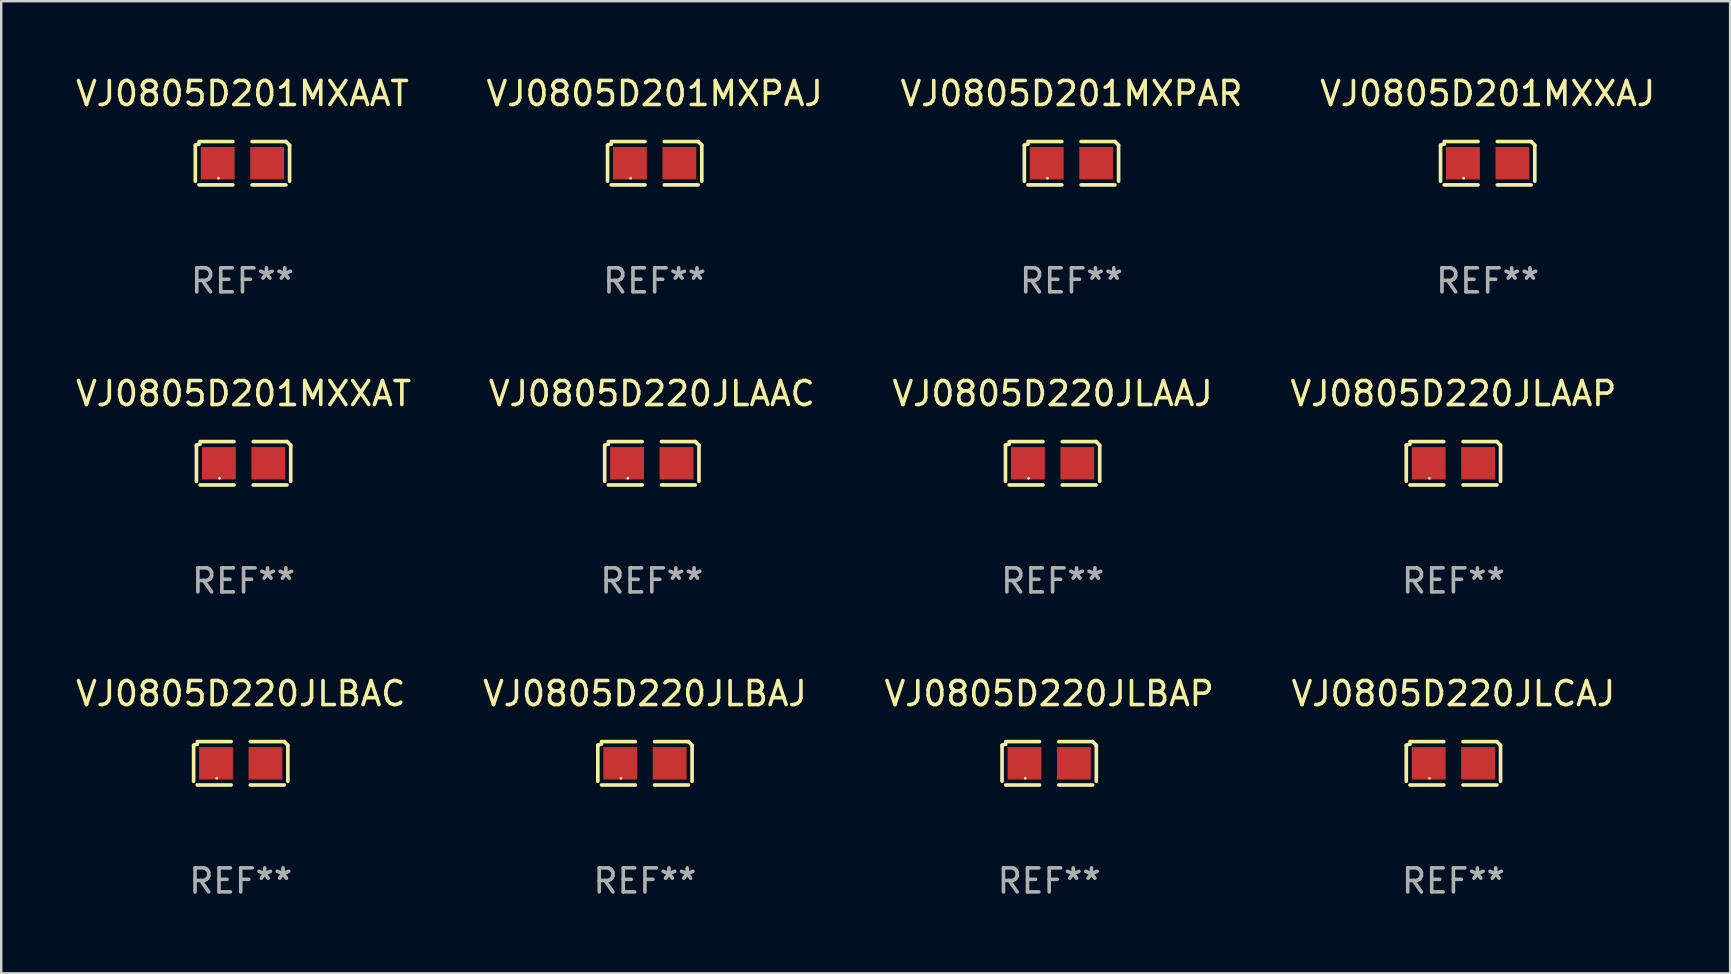
<source format=kicad_pcb>
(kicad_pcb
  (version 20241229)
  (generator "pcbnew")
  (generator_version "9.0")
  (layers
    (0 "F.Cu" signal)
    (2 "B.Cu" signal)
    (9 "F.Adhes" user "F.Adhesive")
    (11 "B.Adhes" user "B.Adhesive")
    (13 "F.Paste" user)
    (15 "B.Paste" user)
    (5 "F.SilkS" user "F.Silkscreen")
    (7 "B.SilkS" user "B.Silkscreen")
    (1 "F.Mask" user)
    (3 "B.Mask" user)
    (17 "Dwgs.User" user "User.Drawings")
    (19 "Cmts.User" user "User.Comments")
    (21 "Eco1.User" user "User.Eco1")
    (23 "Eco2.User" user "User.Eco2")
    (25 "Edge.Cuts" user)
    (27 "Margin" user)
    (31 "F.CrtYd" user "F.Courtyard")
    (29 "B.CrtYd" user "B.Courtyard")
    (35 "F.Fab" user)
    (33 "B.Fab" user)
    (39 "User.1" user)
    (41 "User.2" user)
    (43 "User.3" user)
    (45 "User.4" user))
  (footprint "VJ0805D201MXPAR"
    (layer "F.Cu")
    (at 41.601 3.752)
    (property "Reference" "VJ0805D201MXPAR" (at 0 -2.904 0) (layer "F.SilkS") (effects (font (size 1 1) (thickness 0.15))))
    (attr through_hole)
    (fp_line (start -1.964 0.751) (end -1.964 -0.751) (stroke (width 0.152) (type solid)) (layer "F.SilkS"))
    (fp_line (start -1.811 -0.904) (end -0.401 -0.904) (stroke (width 0.152) (type solid)) (layer "F.SilkS"))
    (fp_line (start -0.401 0.904) (end -1.811 0.904) (stroke (width 0.152) (type solid)) (layer "F.SilkS"))
    (fp_line (start 0.401 0.904) (end 1.811 0.904) (stroke (width 0.152) (type solid)) (layer "F.SilkS"))
    (fp_line (start 1.811 -0.904) (end 0.401 -0.904) (stroke (width 0.152) (type solid)) (layer "F.SilkS"))
    (fp_line (start 1.964 0.751) (end 1.964 -0.751) (stroke (width 0.152) (type solid)) (layer "F.SilkS"))
    (fp_arc (start -1.963602 -0.751207) (mid -1.890354 -0.783131) (end -1.811201 -0.794044) (stroke (width 0.1524) (type solid)) (layer "F.SilkS"))
    (fp_arc (start 1.811202 -0.903607) (mid 1.887413 -0.827418) (end 1.963602 -0.751207) (stroke (width 0.1524) (type solid)) (layer "F.SilkS"))
    (fp_circle (center -1 0.625) (end -0.97 0.625) (stroke (width 0.06) (type solid)) (fill no) (layer "F.SilkS"))
    (fp_text user "REF**" (at 0 4.904 0) (layer "F.Fab") (effects (font (size 1 1) (thickness 0.15))))
    (pad "1" smd rect (at -1.03 0) (size 1.41 1.35) (layers "F.Cu" "F.Mask" "F.Paste"))
    (pad "2" smd rect (at 1.03 0) (size 1.41 1.35) (layers "F.Cu" "F.Mask" "F.Paste")))
  (footprint "VJ0805D220JLBAJ"
    (layer "F.Cu")
    (at 23.827 28.759)
    (property "Reference" "VJ0805D220JLBAJ" (at 0 -2.904 0) (layer "F.SilkS") (effects (font (size 1 1) (thickness 0.15))))
    (attr through_hole)
    (fp_line (start -1.964 0.751) (end -1.964 -0.751) (stroke (width 0.152) (type solid)) (layer "F.SilkS"))
    (fp_line (start -1.811 -0.904) (end -0.401 -0.904) (stroke (width 0.152) (type solid)) (layer "F.SilkS"))
    (fp_line (start -0.401 0.904) (end -1.811 0.904) (stroke (width 0.152) (type solid)) (layer "F.SilkS"))
    (fp_line (start 0.401 0.904) (end 1.811 0.904) (stroke (width 0.152) (type solid)) (layer "F.SilkS"))
    (fp_line (start 1.811 -0.904) (end 0.401 -0.904) (stroke (width 0.152) (type solid)) (layer "F.SilkS"))
    (fp_line (start 1.964 0.751) (end 1.964 -0.751) (stroke (width 0.152) (type solid)) (layer "F.SilkS"))
    (fp_arc (start -1.963602 -0.751207) (mid -1.890354 -0.783131) (end -1.811201 -0.794044) (stroke (width 0.1524) (type solid)) (layer "F.SilkS"))
    (fp_arc (start 1.811202 -0.903607) (mid 1.887413 -0.827418) (end 1.963602 -0.751207) (stroke (width 0.1524) (type solid)) (layer "F.SilkS"))
    (fp_circle (center -1 0.625) (end -0.97 0.625) (stroke (width 0.06) (type solid)) (fill no) (layer "F.SilkS"))
    (fp_text user "REF**" (at 0 4.904 0) (layer "F.Fab") (effects (font (size 1 1) (thickness 0.15))))
    (pad "1" smd rect (at -1.03 0) (size 1.41 1.35) (layers "F.Cu" "F.Mask" "F.Paste"))
    (pad "2" smd rect (at 1.03 0) (size 1.41 1.35) (layers "F.Cu" "F.Mask" "F.Paste")))
  (footprint "VJ0805D201MXXAJ"
    (layer "F.Cu")
    (at 58.946 3.752)
    (property "Reference" "VJ0805D201MXXAJ" (at 0 -2.904 0) (layer "F.SilkS") (effects (font (size 1 1) (thickness 0.15))))
    (attr through_hole)
    (fp_line (start -1.964 0.751) (end -1.964 -0.751) (stroke (width 0.152) (type solid)) (layer "F.SilkS"))
    (fp_line (start -1.811 -0.904) (end -0.401 -0.904) (stroke (width 0.152) (type solid)) (layer "F.SilkS"))
    (fp_line (start -0.401 0.904) (end -1.811 0.904) (stroke (width 0.152) (type solid)) (layer "F.SilkS"))
    (fp_line (start 0.401 0.904) (end 1.811 0.904) (stroke (width 0.152) (type solid)) (layer "F.SilkS"))
    (fp_line (start 1.811 -0.904) (end 0.401 -0.904) (stroke (width 0.152) (type solid)) (layer "F.SilkS"))
    (fp_line (start 1.964 0.751) (end 1.964 -0.751) (stroke (width 0.152) (type solid)) (layer "F.SilkS"))
    (fp_arc (start -1.963602 -0.751207) (mid -1.890354 -0.783131) (end -1.811201 -0.794044) (stroke (width 0.1524) (type solid)) (layer "F.SilkS"))
    (fp_arc (start 1.811202 -0.903607) (mid 1.887413 -0.827418) (end 1.963602 -0.751207) (stroke (width 0.1524) (type solid)) (layer "F.SilkS"))
    (fp_circle (center -1 0.625) (end -0.97 0.625) (stroke (width 0.06) (type solid)) (fill no) (layer "F.SilkS"))
    (fp_text user "REF**" (at 0 4.904 0) (layer "F.Fab") (effects (font (size 1 1) (thickness 0.15))))
    (pad "1" smd rect (at -1.03 0) (size 1.41 1.35) (layers "F.Cu" "F.Mask" "F.Paste"))
    (pad "2" smd rect (at 1.03 0) (size 1.41 1.35) (layers "F.Cu" "F.Mask" "F.Paste")))
  (footprint "VJ0805D220JLBAP"
    (layer "F.Cu")
    (at 40.673 28.759)
    (property "Reference" "VJ0805D220JLBAP" (at 0 -2.904 0) (layer "F.SilkS") (effects (font (size 1 1) (thickness 0.15))))
    (attr through_hole)
    (fp_line (start -1.964 0.751) (end -1.964 -0.751) (stroke (width 0.152) (type solid)) (layer "F.SilkS"))
    (fp_line (start -1.811 -0.904) (end -0.401 -0.904) (stroke (width 0.152) (type solid)) (layer "F.SilkS"))
    (fp_line (start -0.401 0.904) (end -1.811 0.904) (stroke (width 0.152) (type solid)) (layer "F.SilkS"))
    (fp_line (start 0.401 0.904) (end 1.811 0.904) (stroke (width 0.152) (type solid)) (layer "F.SilkS"))
    (fp_line (start 1.811 -0.904) (end 0.401 -0.904) (stroke (width 0.152) (type solid)) (layer "F.SilkS"))
    (fp_line (start 1.964 0.751) (end 1.964 -0.751) (stroke (width 0.152) (type solid)) (layer "F.SilkS"))
    (fp_arc (start -1.963602 -0.751207) (mid -1.890354 -0.783131) (end -1.811201 -0.794044) (stroke (width 0.1524) (type solid)) (layer "F.SilkS"))
    (fp_arc (start 1.811202 -0.903607) (mid 1.887413 -0.827418) (end 1.963602 -0.751207) (stroke (width 0.1524) (type solid)) (layer "F.SilkS"))
    (fp_circle (center -1 0.625) (end -0.97 0.625) (stroke (width 0.06) (type solid)) (fill no) (layer "F.SilkS"))
    (fp_text user "REF**" (at 0 4.904 0) (layer "F.Fab") (effects (font (size 1 1) (thickness 0.15))))
    (pad "1" smd rect (at -1.03 0) (size 1.41 1.35) (layers "F.Cu" "F.Mask" "F.Paste"))
    (pad "2" smd rect (at 1.03 0) (size 1.41 1.35) (layers "F.Cu" "F.Mask" "F.Paste")))
  (footprint "VJ0805D201MXAAT"
    (layer "F.Cu")
    (at 7.054 3.752)
    (property "Reference" "VJ0805D201MXAAT" (at 0 -2.904 0) (layer "F.SilkS") (effects (font (size 1 1) (thickness 0.15))))
    (attr through_hole)
    (fp_line (start -1.964 0.751) (end -1.964 -0.751) (stroke (width 0.152) (type solid)) (layer "F.SilkS"))
    (fp_line (start -1.811 -0.904) (end -0.401 -0.904) (stroke (width 0.152) (type solid)) (layer "F.SilkS"))
    (fp_line (start -0.401 0.904) (end -1.811 0.904) (stroke (width 0.152) (type solid)) (layer "F.SilkS"))
    (fp_line (start 0.401 0.904) (end 1.811 0.904) (stroke (width 0.152) (type solid)) (layer "F.SilkS"))
    (fp_line (start 1.811 -0.904) (end 0.401 -0.904) (stroke (width 0.152) (type solid)) (layer "F.SilkS"))
    (fp_line (start 1.964 0.751) (end 1.964 -0.751) (stroke (width 0.152) (type solid)) (layer "F.SilkS"))
    (fp_arc (start -1.963602 -0.751207) (mid -1.890354 -0.783131) (end -1.811201 -0.794044) (stroke (width 0.1524) (type solid)) (layer "F.SilkS"))
    (fp_arc (start 1.811202 -0.903607) (mid 1.887413 -0.827418) (end 1.963602 -0.751207) (stroke (width 0.1524) (type solid)) (layer "F.SilkS"))
    (fp_circle (center -1 0.625) (end -0.97 0.625) (stroke (width 0.06) (type solid)) (fill no) (layer "F.SilkS"))
    (fp_text user "REF**" (at 0 4.904 0) (layer "F.Fab") (effects (font (size 1 1) (thickness 0.15))))
    (pad "1" smd rect (at -1.03 0) (size 1.41 1.35) (layers "F.Cu" "F.Mask" "F.Paste"))
    (pad "2" smd rect (at 1.03 0) (size 1.41 1.35) (layers "F.Cu" "F.Mask" "F.Paste")))
  (footprint "VJ0805D201MXXAT"
    (layer "F.Cu")
    (at 7.101 16.256)
    (property "Reference" "VJ0805D201MXXAT" (at 0 -2.904 0) (layer "F.SilkS") (effects (font (size 1 1) (thickness 0.15))))
    (attr through_hole)
    (fp_line (start -1.964 0.751) (end -1.964 -0.751) (stroke (width 0.152) (type solid)) (layer "F.SilkS"))
    (fp_line (start -1.811 -0.904) (end -0.401 -0.904) (stroke (width 0.152) (type solid)) (layer "F.SilkS"))
    (fp_line (start -0.401 0.904) (end -1.811 0.904) (stroke (width 0.152) (type solid)) (layer "F.SilkS"))
    (fp_line (start 0.401 0.904) (end 1.811 0.904) (stroke (width 0.152) (type solid)) (layer "F.SilkS"))
    (fp_line (start 1.811 -0.904) (end 0.401 -0.904) (stroke (width 0.152) (type solid)) (layer "F.SilkS"))
    (fp_line (start 1.964 0.751) (end 1.964 -0.751) (stroke (width 0.152) (type solid)) (layer "F.SilkS"))
    (fp_arc (start -1.963602 -0.751207) (mid -1.890354 -0.783131) (end -1.811201 -0.794044) (stroke (width 0.1524) (type solid)) (layer "F.SilkS"))
    (fp_arc (start 1.811202 -0.903607) (mid 1.887413 -0.827418) (end 1.963602 -0.751207) (stroke (width 0.1524) (type solid)) (layer "F.SilkS"))
    (fp_circle (center -1 0.625) (end -0.97 0.625) (stroke (width 0.06) (type solid)) (fill no) (layer "F.SilkS"))
    (fp_text user "REF**" (at 0 4.904 0) (layer "F.Fab") (effects (font (size 1 1) (thickness 0.15))))
    (pad "1" smd rect (at -1.03 0) (size 1.41 1.35) (layers "F.Cu" "F.Mask" "F.Paste"))
    (pad "2" smd rect (at 1.03 0) (size 1.41 1.35) (layers "F.Cu" "F.Mask" "F.Paste")))
  (footprint "VJ0805D220JLCAJ"
    (layer "F.Cu")
    (at 57.518 28.759)
    (property "Reference" "VJ0805D220JLCAJ" (at 0 -2.904 0) (layer "F.SilkS") (effects (font (size 1 1) (thickness 0.15))))
    (attr through_hole)
    (fp_line (start -1.964 0.751) (end -1.964 -0.751) (stroke (width 0.152) (type solid)) (layer "F.SilkS"))
    (fp_line (start -1.811 -0.904) (end -0.401 -0.904) (stroke (width 0.152) (type solid)) (layer "F.SilkS"))
    (fp_line (start -0.401 0.904) (end -1.811 0.904) (stroke (width 0.152) (type solid)) (layer "F.SilkS"))
    (fp_line (start 0.401 0.904) (end 1.811 0.904) (stroke (width 0.152) (type solid)) (layer "F.SilkS"))
    (fp_line (start 1.811 -0.904) (end 0.401 -0.904) (stroke (width 0.152) (type solid)) (layer "F.SilkS"))
    (fp_line (start 1.964 0.751) (end 1.964 -0.751) (stroke (width 0.152) (type solid)) (layer "F.SilkS"))
    (fp_arc (start -1.963602 -0.751207) (mid -1.890354 -0.783131) (end -1.811201 -0.794044) (stroke (width 0.1524) (type solid)) (layer "F.SilkS"))
    (fp_arc (start 1.811202 -0.903607) (mid 1.887413 -0.827418) (end 1.963602 -0.751207) (stroke (width 0.1524) (type solid)) (layer "F.SilkS"))
    (fp_circle (center -1 0.625) (end -0.97 0.625) (stroke (width 0.06) (type solid)) (fill no) (layer "F.SilkS"))
    (fp_text user "REF**" (at 0 4.904 0) (layer "F.Fab") (effects (font (size 1 1) (thickness 0.15))))
    (pad "1" smd rect (at -1.03 0) (size 1.41 1.35) (layers "F.Cu" "F.Mask" "F.Paste"))
    (pad "2" smd rect (at 1.03 0) (size 1.41 1.35) (layers "F.Cu" "F.Mask" "F.Paste")))
  (footprint "VJ0805D220JLAAP"
    (layer "F.Cu")
    (at 57.518 16.256)
    (property "Reference" "VJ0805D220JLAAP" (at 0 -2.904 0) (layer "F.SilkS") (effects (font (size 1 1) (thickness 0.15))))
    (attr through_hole)
    (fp_line (start -1.964 0.751) (end -1.964 -0.751) (stroke (width 0.152) (type solid)) (layer "F.SilkS"))
    (fp_line (start -1.811 -0.904) (end -0.401 -0.904) (stroke (width 0.152) (type solid)) (layer "F.SilkS"))
    (fp_line (start -0.401 0.904) (end -1.811 0.904) (stroke (width 0.152) (type solid)) (layer "F.SilkS"))
    (fp_line (start 0.401 0.904) (end 1.811 0.904) (stroke (width 0.152) (type solid)) (layer "F.SilkS"))
    (fp_line (start 1.811 -0.904) (end 0.401 -0.904) (stroke (width 0.152) (type solid)) (layer "F.SilkS"))
    (fp_line (start 1.964 0.751) (end 1.964 -0.751) (stroke (width 0.152) (type solid)) (layer "F.SilkS"))
    (fp_arc (start -1.963602 -0.751207) (mid -1.890354 -0.783131) (end -1.811201 -0.794044) (stroke (width 0.1524) (type solid)) (layer "F.SilkS"))
    (fp_arc (start 1.811202 -0.903607) (mid 1.887413 -0.827418) (end 1.963602 -0.751207) (stroke (width 0.1524) (type solid)) (layer "F.SilkS"))
    (fp_circle (center -1 0.625) (end -0.97 0.625) (stroke (width 0.06) (type solid)) (fill no) (layer "F.SilkS"))
    (fp_text user "REF**" (at 0 4.904 0) (layer "F.Fab") (effects (font (size 1 1) (thickness 0.15))))
    (pad "1" smd rect (at -1.03 0) (size 1.41 1.35) (layers "F.Cu" "F.Mask" "F.Paste"))
    (pad "2" smd rect (at 1.03 0) (size 1.41 1.35) (layers "F.Cu" "F.Mask" "F.Paste")))
  (footprint "VJ0805D220JLAAJ"
    (layer "F.Cu")
    (at 40.815 16.256)
    (property "Reference" "VJ0805D220JLAAJ" (at 0 -2.904 0) (layer "F.SilkS") (effects (font (size 1 1) (thickness 0.15))))
    (attr through_hole)
    (fp_line (start -1.964 0.751) (end -1.964 -0.751) (stroke (width 0.152) (type solid)) (layer "F.SilkS"))
    (fp_line (start -1.811 -0.904) (end -0.401 -0.904) (stroke (width 0.152) (type solid)) (layer "F.SilkS"))
    (fp_line (start -0.401 0.904) (end -1.811 0.904) (stroke (width 0.152) (type solid)) (layer "F.SilkS"))
    (fp_line (start 0.401 0.904) (end 1.811 0.904) (stroke (width 0.152) (type solid)) (layer "F.SilkS"))
    (fp_line (start 1.811 -0.904) (end 0.401 -0.904) (stroke (width 0.152) (type solid)) (layer "F.SilkS"))
    (fp_line (start 1.964 0.751) (end 1.964 -0.751) (stroke (width 0.152) (type solid)) (layer "F.SilkS"))
    (fp_arc (start -1.963602 -0.751207) (mid -1.890354 -0.783131) (end -1.811201 -0.794044) (stroke (width 0.1524) (type solid)) (layer "F.SilkS"))
    (fp_arc (start 1.811202 -0.903607) (mid 1.887413 -0.827418) (end 1.963602 -0.751207) (stroke (width 0.1524) (type solid)) (layer "F.SilkS"))
    (fp_circle (center -1 0.625) (end -0.97 0.625) (stroke (width 0.06) (type solid)) (fill no) (layer "F.SilkS"))
    (fp_text user "REF**" (at 0 4.904 0) (layer "F.Fab") (effects (font (size 1 1) (thickness 0.15))))
    (pad "1" smd rect (at -1.03 0) (size 1.41 1.35) (layers "F.Cu" "F.Mask" "F.Paste"))
    (pad "2" smd rect (at 1.03 0) (size 1.41 1.35) (layers "F.Cu" "F.Mask" "F.Paste")))
  (footprint "VJ0805D201MXPAJ"
    (layer "F.Cu")
    (at 24.232 3.752)
    (property "Reference" "VJ0805D201MXPAJ" (at 0 -2.904 0) (layer "F.SilkS") (effects (font (size 1 1) (thickness 0.15))))
    (attr through_hole)
    (fp_line (start -1.964 0.751) (end -1.964 -0.751) (stroke (width 0.152) (type solid)) (layer "F.SilkS"))
    (fp_line (start -1.811 -0.904) (end -0.401 -0.904) (stroke (width 0.152) (type solid)) (layer "F.SilkS"))
    (fp_line (start -0.401 0.904) (end -1.811 0.904) (stroke (width 0.152) (type solid)) (layer "F.SilkS"))
    (fp_line (start 0.401 0.904) (end 1.811 0.904) (stroke (width 0.152) (type solid)) (layer "F.SilkS"))
    (fp_line (start 1.811 -0.904) (end 0.401 -0.904) (stroke (width 0.152) (type solid)) (layer "F.SilkS"))
    (fp_line (start 1.964 0.751) (end 1.964 -0.751) (stroke (width 0.152) (type solid)) (layer "F.SilkS"))
    (fp_arc (start -1.963602 -0.751207) (mid -1.890354 -0.783131) (end -1.811201 -0.794044) (stroke (width 0.1524) (type solid)) (layer "F.SilkS"))
    (fp_arc (start 1.811202 -0.903607) (mid 1.887413 -0.827418) (end 1.963602 -0.751207) (stroke (width 0.1524) (type solid)) (layer "F.SilkS"))
    (fp_circle (center -1 0.625) (end -0.97 0.625) (stroke (width 0.06) (type solid)) (fill no) (layer "F.SilkS"))
    (fp_text user "REF**" (at 0 4.904 0) (layer "F.Fab") (effects (font (size 1 1) (thickness 0.15))))
    (pad "1" smd rect (at -1.03 0) (size 1.41 1.35) (layers "F.Cu" "F.Mask" "F.Paste"))
    (pad "2" smd rect (at 1.03 0) (size 1.41 1.35) (layers "F.Cu" "F.Mask" "F.Paste")))
  (footprint "VJ0805D220JLAAC"
    (layer "F.Cu")
    (at 24.113 16.256)
    (property "Reference" "VJ0805D220JLAAC" (at 0 -2.904 0) (layer "F.SilkS") (effects (font (size 1 1) (thickness 0.15))))
    (attr through_hole)
    (fp_line (start -1.964 0.751) (end -1.964 -0.751) (stroke (width 0.152) (type solid)) (layer "F.SilkS"))
    (fp_line (start -1.811 -0.904) (end -0.401 -0.904) (stroke (width 0.152) (type solid)) (layer "F.SilkS"))
    (fp_line (start -0.401 0.904) (end -1.811 0.904) (stroke (width 0.152) (type solid)) (layer "F.SilkS"))
    (fp_line (start 0.401 0.904) (end 1.811 0.904) (stroke (width 0.152) (type solid)) (layer "F.SilkS"))
    (fp_line (start 1.811 -0.904) (end 0.401 -0.904) (stroke (width 0.152) (type solid)) (layer "F.SilkS"))
    (fp_line (start 1.964 0.751) (end 1.964 -0.751) (stroke (width 0.152) (type solid)) (layer "F.SilkS"))
    (fp_arc (start -1.963602 -0.751207) (mid -1.890354 -0.783131) (end -1.811201 -0.794044) (stroke (width 0.1524) (type solid)) (layer "F.SilkS"))
    (fp_arc (start 1.811202 -0.903607) (mid 1.887413 -0.827418) (end 1.963602 -0.751207) (stroke (width 0.1524) (type solid)) (layer "F.SilkS"))
    (fp_circle (center -1 0.625) (end -0.97 0.625) (stroke (width 0.06) (type solid)) (fill no) (layer "F.SilkS"))
    (fp_text user "REF**" (at 0 4.904 0) (layer "F.Fab") (effects (font (size 1 1) (thickness 0.15))))
    (pad "1" smd rect (at -1.03 0) (size 1.41 1.35) (layers "F.Cu" "F.Mask" "F.Paste"))
    (pad "2" smd rect (at 1.03 0) (size 1.41 1.35) (layers "F.Cu" "F.Mask" "F.Paste")))
  (footprint "VJ0805D220JLBAC"
    (layer "F.Cu")
    (at 6.982 28.759)
    (property "Reference" "VJ0805D220JLBAC" (at 0 -2.904 0) (layer "F.SilkS") (effects (font (size 1 1) (thickness 0.15))))
    (attr through_hole)
    (fp_line (start -1.964 0.751) (end -1.964 -0.751) (stroke (width 0.152) (type solid)) (layer "F.SilkS"))
    (fp_line (start -1.811 -0.904) (end -0.401 -0.904) (stroke (width 0.152) (type solid)) (layer "F.SilkS"))
    (fp_line (start -0.401 0.904) (end -1.811 0.904) (stroke (width 0.152) (type solid)) (layer "F.SilkS"))
    (fp_line (start 0.401 0.904) (end 1.811 0.904) (stroke (width 0.152) (type solid)) (layer "F.SilkS"))
    (fp_line (start 1.811 -0.904) (end 0.401 -0.904) (stroke (width 0.152) (type solid)) (layer "F.SilkS"))
    (fp_line (start 1.964 0.751) (end 1.964 -0.751) (stroke (width 0.152) (type solid)) (layer "F.SilkS"))
    (fp_arc (start -1.963602 -0.751207) (mid -1.890354 -0.783131) (end -1.811201 -0.794044) (stroke (width 0.1524) (type solid)) (layer "F.SilkS"))
    (fp_arc (start 1.811202 -0.903607) (mid 1.887413 -0.827418) (end 1.963602 -0.751207) (stroke (width 0.1524) (type solid)) (layer "F.SilkS"))
    (fp_circle (center -1 0.625) (end -0.97 0.625) (stroke (width 0.06) (type solid)) (fill no) (layer "F.SilkS"))
    (fp_text user "REF**" (at 0 4.904 0) (layer "F.Fab") (effects (font (size 1 1) (thickness 0.15))))
    (pad "1" smd rect (at -1.03 0) (size 1.41 1.35) (layers "F.Cu" "F.Mask" "F.Paste"))
    (pad "2" smd rect (at 1.03 0) (size 1.41 1.35) (layers "F.Cu" "F.Mask" "F.Paste")))
  (gr_rect
    (start -3 -3)
    (end 69.048 37.511)
    (stroke (width 0.1) (type default))
    (fill no)
    (layer "Edge.Cuts")))
</source>
